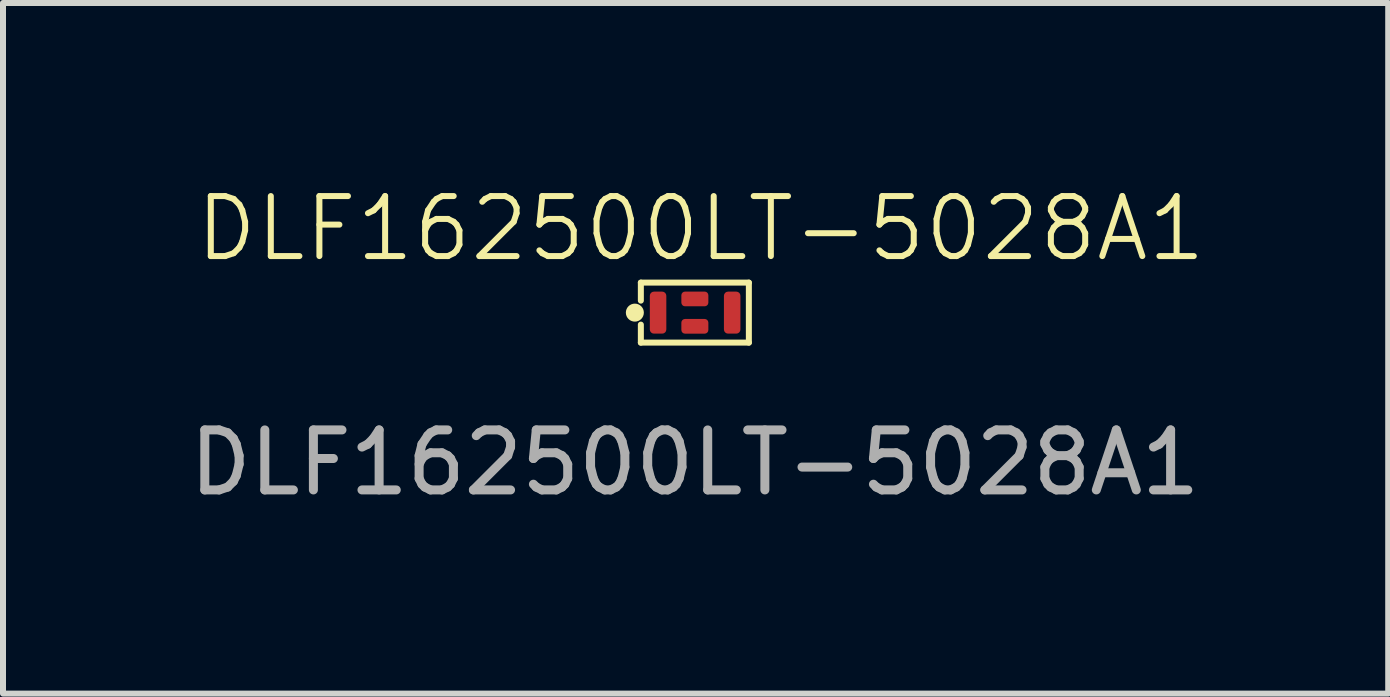
<source format=kicad_pcb>
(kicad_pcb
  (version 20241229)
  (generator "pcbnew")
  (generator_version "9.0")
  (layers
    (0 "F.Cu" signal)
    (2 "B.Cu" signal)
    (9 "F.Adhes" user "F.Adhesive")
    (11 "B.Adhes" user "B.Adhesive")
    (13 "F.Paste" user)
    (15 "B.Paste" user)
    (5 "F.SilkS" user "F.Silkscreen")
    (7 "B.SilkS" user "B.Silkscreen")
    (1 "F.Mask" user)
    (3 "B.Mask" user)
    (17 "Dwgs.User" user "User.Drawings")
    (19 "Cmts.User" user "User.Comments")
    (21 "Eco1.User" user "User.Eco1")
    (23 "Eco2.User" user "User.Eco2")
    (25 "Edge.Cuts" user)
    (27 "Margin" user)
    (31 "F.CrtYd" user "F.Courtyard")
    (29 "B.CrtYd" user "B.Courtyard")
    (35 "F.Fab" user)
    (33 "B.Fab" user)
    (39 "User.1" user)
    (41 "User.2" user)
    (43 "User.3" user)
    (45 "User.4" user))
  (footprint "DLF162500LT-5028A1"
    (layer "F.Cu")
    (at 8.53 2.16)
    (property "Reference" "DLF162500LT-5028A1" (at 0.1 -1.4 0) (unlocked yes) (layer "F.SilkS") (effects (font (size 1 1) (thickness 0.1))))
    (attr smd)
    (fp_line (start -0.9 -0.5) (end 0.9 -0.5) (stroke (width 0.1) (type default)) (layer "F.SilkS"))
    (fp_line (start -0.9 -0.2) (end -0.9 -0.5) (stroke (width 0.1) (type default)) (layer "F.SilkS"))
    (fp_line (start -0.9 0.5) (end -0.9 0.2) (stroke (width 0.1) (type default)) (layer "F.SilkS"))
    (fp_line (start 0.9 -0.5) (end 0.9 0.5) (stroke (width 0.1) (type default)) (layer "F.SilkS"))
    (fp_line (start 0.9 0.5) (end -0.9 0.5) (stroke (width 0.1) (type default)) (layer "F.SilkS"))
    (fp_circle (center -1 0) (end -0.9 0) (stroke (width 0.1) (type solid)) (fill yes) (layer "F.SilkS"))
    (fp_text user "${REFERENCE}" (at 0 2.5 0) (unlocked yes) (layer "F.Fab") (effects (font (size 1 1) (thickness 0.15))))
    (pad "1" smd roundrect (at -0.613 0) (size 0.275 0.7) (layers "F.Cu" "F.Mask" "F.Paste") (roundrect_rratio 0.25))
    (pad "2" smd roundrect (at 0 0.228) (size 0.45 0.245) (layers "F.Cu" "F.Mask" "F.Paste") (roundrect_rratio 0.25))
    (pad "3" smd roundrect (at 0.622 0) (size 0.275 0.7) (layers "F.Cu" "F.Mask" "F.Paste") (roundrect_rratio 0.25))
    (pad "4" smd roundrect (at 0 -0.228) (size 0.45 0.245) (layers "F.Cu" "F.Mask" "F.Paste") (roundrect_rratio 0.25)))
  (gr_rect
    (start -3 -3)
    (end 20.085 8.509)
    (stroke (width 0.1) (type default))
    (fill no)
    (layer "Edge.Cuts")))
</source>
